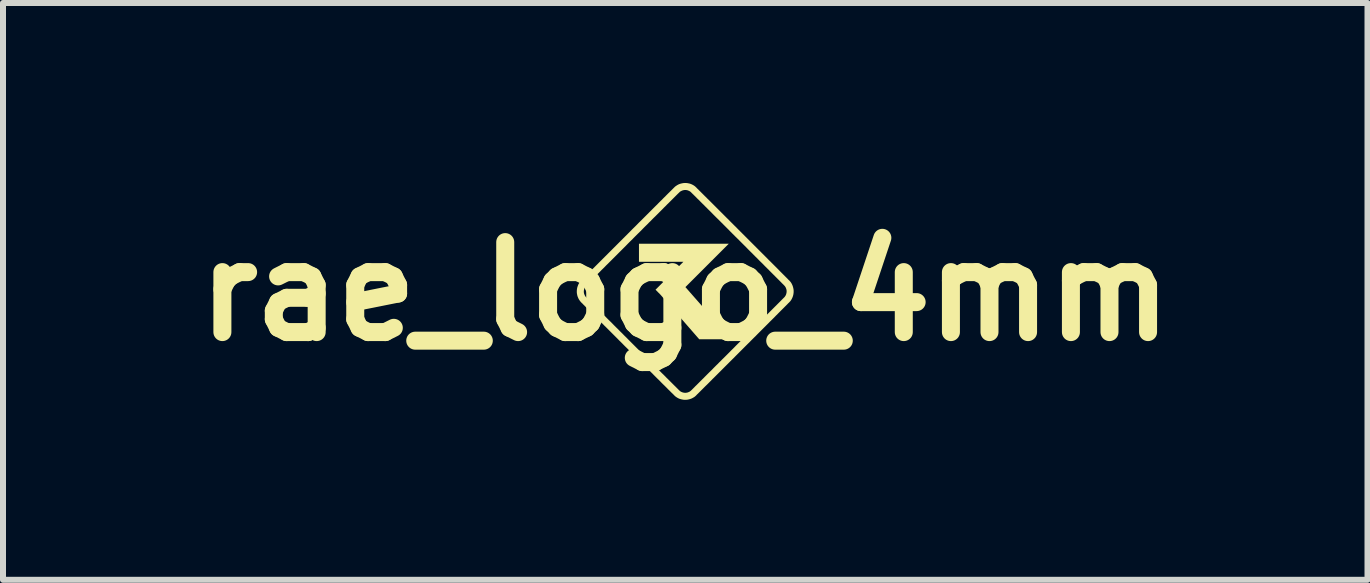
<source format=kicad_pcb>
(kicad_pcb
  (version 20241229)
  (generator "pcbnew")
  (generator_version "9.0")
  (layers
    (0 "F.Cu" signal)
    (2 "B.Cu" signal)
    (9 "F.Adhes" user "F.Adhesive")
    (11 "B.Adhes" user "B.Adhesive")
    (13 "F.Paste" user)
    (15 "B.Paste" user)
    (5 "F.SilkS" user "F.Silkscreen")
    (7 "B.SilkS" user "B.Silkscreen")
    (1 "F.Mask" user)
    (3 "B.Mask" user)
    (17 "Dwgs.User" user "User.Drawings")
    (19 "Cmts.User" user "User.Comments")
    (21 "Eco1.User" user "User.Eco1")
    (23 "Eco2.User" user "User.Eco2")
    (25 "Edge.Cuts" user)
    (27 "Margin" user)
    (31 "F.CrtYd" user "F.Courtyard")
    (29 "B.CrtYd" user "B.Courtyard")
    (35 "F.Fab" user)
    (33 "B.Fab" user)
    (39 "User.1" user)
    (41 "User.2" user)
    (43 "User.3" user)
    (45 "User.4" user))
  (footprint "rae_logo_4mm"
    (layer "F.Cu")
    (at 8.371 1.807)
    (property "Reference" "rae_logo_4mm" (at 0 0 0) (layer "F.SilkS") (effects (font (size 1.5 1.5) (thickness 0.3))))
    (attr board_only exclude_from_pos_files exclude_from_bom)
    (fp_poly (pts (xy 0.364 -0.433) (xy 0.003 -0.072) (xy 0.384 0.362) (xy 0.404 0.384) (xy 0.424 0.407) (xy 0.443 0.429) (xy 0.462 0.451) (xy 0.481 0.472) (xy 0.5 0.493) (xy 0.518 0.514) (xy 0.535 0.534) (xy 0.553 0.554) (xy 0.569 0.573) (xy 0.586 0.591) (xy 0.601 0.609) (xy 0.616 0.627) (xy 0.631 0.643) (xy 0.645 0.659) (xy 0.658 0.675) (xy 0.671 0.689) (xy 0.683 0.703) (xy 0.694 0.716) (xy 0.705 0.728) (xy 0.715 0.739) (xy 0.724 0.749) (xy 0.732 0.759) (xy 0.74 0.767) (xy 0.746 0.775) (xy 0.752 0.781) (xy 0.756 0.786) (xy 0.76 0.791) (xy 0.763 0.794) (xy 0.765 0.796) (xy 0.766 0.797) (xy 0.766 0.797) (xy 0.766 0.797) (xy 0.766 0.797) (xy 0.765 0.797) (xy 0.765 0.797) (xy 0.764 0.798) (xy 0.763 0.798) (xy 0.761 0.798) (xy 0.759 0.798) (xy 0.757 0.798) (xy 0.753 0.798) (xy 0.75 0.798) (xy 0.746 0.798) (xy 0.741 0.798) (xy 0.735 0.798) (xy 0.728 0.798) (xy 0.721 0.798) (xy 0.713 0.798) (xy 0.703 0.798) (xy 0.693 0.798) (xy 0.682 0.798) (xy 0.67 0.798) (xy 0.656 0.798) (xy 0.642 0.798) (xy 0.626 0.798) (xy 0.608 0.798) (xy 0.59 0.798) (xy 0.57 0.798) (xy 0.548 0.798) (xy 0.525 0.798) (xy 0.501 0.798) (xy 0.5 0.798) (xy 0.234 0.798) (xy -0.091 0.425) (xy -0.415 0.052) (xy -0.455 0.012) (xy -0.495 -0.028) (xy -0.263 -0.261) (xy -0.031 -0.493) (xy -0.401 -0.493) (xy -0.771 -0.493) (xy -0.771 -0.643) (xy -0.771 -0.794) (xy -0.023 -0.794) (xy 0.725 -0.794)) (stroke (width 0) (type solid)) (fill yes) (layer "F.SilkS"))
    (fp_poly (pts (xy 0.009 -1.807) (xy 0.015 -1.807) (xy 0.021 -1.806) (xy 0.026 -1.806) (xy 0.029 -1.806) (xy 0.05 -1.802) (xy 0.07 -1.798) (xy 0.09 -1.792) (xy 0.109 -1.784) (xy 0.127 -1.775) (xy 0.144 -1.765) (xy 0.161 -1.753) (xy 0.166 -1.749) (xy 0.167 -1.748) (xy 0.169 -1.746) (xy 0.172 -1.743) (xy 0.176 -1.739) (xy 0.182 -1.734) (xy 0.188 -1.728) (xy 0.195 -1.72) (xy 0.203 -1.712) (xy 0.213 -1.703) (xy 0.223 -1.693) (xy 0.233 -1.682) (xy 0.245 -1.671) (xy 0.258 -1.658) (xy 0.271 -1.645) (xy 0.285 -1.631) (xy 0.3 -1.616) (xy 0.316 -1.6) (xy 0.332 -1.584) (xy 0.35 -1.567) (xy 0.367 -1.549) (xy 0.386 -1.531) (xy 0.405 -1.512) (xy 0.424 -1.493) (xy 0.444 -1.473) (xy 0.465 -1.452) (xy 0.486 -1.431) (xy 0.508 -1.409) (xy 0.53 -1.387) (xy 0.552 -1.365) (xy 0.575 -1.342) (xy 0.598 -1.319) (xy 0.622 -1.295) (xy 0.646 -1.271) (xy 0.67 -1.247) (xy 0.695 -1.222) (xy 0.72 -1.198) (xy 0.745 -1.172) (xy 0.77 -1.147) (xy 0.795 -1.122) (xy 0.821 -1.096) (xy 0.847 -1.071) (xy 0.872 -1.045) (xy 0.898 -1.019) (xy 0.924 -0.993) (xy 0.95 -0.967) (xy 0.976 -0.941) (xy 1.002 -0.915) (xy 1.028 -0.889) (xy 1.054 -0.863) (xy 1.08 -0.837) (xy 1.106 -0.811) (xy 1.131 -0.786) (xy 1.156 -0.761) (xy 1.182 -0.735) (xy 1.207 -0.71) (xy 1.231 -0.686) (xy 1.256 -0.661) (xy 1.28 -0.637) (xy 1.304 -0.613) (xy 1.327 -0.59) (xy 1.35 -0.567) (xy 1.373 -0.544) (xy 1.395 -0.521) (xy 1.417 -0.5) (xy 1.439 -0.478) (xy 1.46 -0.457) (xy 1.48 -0.437) (xy 1.5 -0.417) (xy 1.519 -0.398) (xy 1.538 -0.379) (xy 1.556 -0.361) (xy 1.573 -0.343) (xy 1.59 -0.326) (xy 1.606 -0.31) (xy 1.621 -0.295) (xy 1.636 -0.28) (xy 1.65 -0.266) (xy 1.663 -0.253) (xy 1.675 -0.241) (xy 1.687 -0.229) (xy 1.697 -0.219) (xy 1.707 -0.209) (xy 1.715 -0.2) (xy 1.723 -0.192) (xy 1.73 -0.186) (xy 1.736 -0.18) (xy 1.741 -0.175) (xy 1.744 -0.171) (xy 1.747 -0.168) (xy 1.749 -0.166) (xy 1.749 -0.166) (xy 1.762 -0.149) (xy 1.773 -0.131) (xy 1.782 -0.113) (xy 1.79 -0.094) (xy 1.796 -0.075) (xy 1.801 -0.055) (xy 1.805 -0.035) (xy 1.807 -0.014) (xy 1.807 -0.008) (xy 1.807 0.013) (xy 1.805 0.033) (xy 1.802 0.053) (xy 1.797 0.073) (xy 1.791 0.092) (xy 1.783 0.111) (xy 1.774 0.129) (xy 1.763 0.147) (xy 1.751 0.164) (xy 1.749 0.166) (xy 1.748 0.167) (xy 1.746 0.169) (xy 1.743 0.172) (xy 1.739 0.176) (xy 1.734 0.182) (xy 1.728 0.188) (xy 1.72 0.195) (xy 1.712 0.203) (xy 1.703 0.213) (xy 1.693 0.223) (xy 1.683 0.233) (xy 1.671 0.245) (xy 1.658 0.258) (xy 1.645 0.271) (xy 1.631 0.285) (xy 1.616 0.3) (xy 1.6 0.316) (xy 1.584 0.332) (xy 1.567 0.349) (xy 1.549 0.367) (xy 1.531 0.386) (xy 1.512 0.404) (xy 1.493 0.424) (xy 1.473 0.444) (xy 1.452 0.465) (xy 1.431 0.486) (xy 1.409 0.507) (xy 1.387 0.53) (xy 1.365 0.552) (xy 1.342 0.575) (xy 1.319 0.598) (xy 1.295 0.622) (xy 1.271 0.646) (xy 1.247 0.67) (xy 1.222 0.695) (xy 1.198 0.719) (xy 1.173 0.745) (xy 1.147 0.77) (xy 1.122 0.795) (xy 1.096 0.821) (xy 1.071 0.847) (xy 1.045 0.872) (xy 1.019 0.898) (xy 0.993 0.924) (xy 0.967 0.95) (xy 0.941 0.976) (xy 0.915 1.002) (xy 0.889 1.028) (xy 0.863 1.054) (xy 0.837 1.08) (xy 0.812 1.106) (xy 0.786 1.131) (xy 0.761 1.156) (xy 0.735 1.182) (xy 0.71 1.207) (xy 0.686 1.231) (xy 0.661 1.256) (xy 0.637 1.28) (xy 0.613 1.304) (xy 0.59 1.327) (xy 0.567 1.35) (xy 0.544 1.373) (xy 0.522 1.395) (xy 0.5 1.417) (xy 0.478 1.439) (xy 0.457 1.459) (xy 0.437 1.48) (xy 0.417 1.5) (xy 0.398 1.519) (xy 0.379 1.538) (xy 0.361 1.556) (xy 0.343 1.573) (xy 0.326 1.59) (xy 0.31 1.606) (xy 0.295 1.621) (xy 0.28 1.636) (xy 0.266 1.65) (xy 0.253 1.663) (xy 0.241 1.675) (xy 0.229 1.687) (xy 0.219 1.697) (xy 0.209 1.707) (xy 0.2 1.715) (xy 0.192 1.723) (xy 0.186 1.73) (xy 0.18 1.736) (xy 0.175 1.741) (xy 0.171 1.744) (xy 0.168 1.747) (xy 0.166 1.749) (xy 0.166 1.749) (xy 0.149 1.762) (xy 0.131 1.772) (xy 0.113 1.782) (xy 0.094 1.79) (xy 0.075 1.796) (xy 0.055 1.801) (xy 0.034 1.805) (xy 0.021 1.806) (xy 0.017 1.807) (xy 0.012 1.807) (xy 0.006 1.807) (xy -0.000259 1.807) (xy -0.006 1.807) (xy -0.012 1.807) (xy -0.016 1.807) (xy -0.018 1.807) (xy -0.039 1.804) (xy -0.059 1.8) (xy -0.079 1.795) (xy -0.098 1.789) (xy -0.116 1.781) (xy -0.134 1.771) (xy -0.151 1.76) (xy -0.167 1.748) (xy -0.168 1.747) (xy -0.17 1.745) (xy -0.173 1.743) (xy -0.177 1.739) (xy -0.182 1.733) (xy -0.188 1.727) (xy -0.195 1.72) (xy -0.203 1.712) (xy -0.212 1.703) (xy -0.222 1.694) (xy -0.233 1.683) (xy -0.245 1.671) (xy -0.257 1.659) (xy -0.27 1.646) (xy -0.285 1.632) (xy -0.299 1.617) (xy -0.315 1.601) (xy -0.331 1.585) (xy -0.348 1.568) (xy -0.366 1.551) (xy -0.384 1.533) (xy -0.403 1.514) (xy -0.422 1.494) (xy -0.442 1.474) (xy -0.463 1.454) (xy -0.484 1.433) (xy -0.505 1.412) (xy -0.527 1.39) (xy -0.549 1.367) (xy -0.572 1.345) (xy -0.595 1.321) (xy -0.619 1.298) (xy -0.643 1.274) (xy -0.667 1.25) (xy -0.691 1.226) (xy -0.716 1.201) (xy -0.741 1.176) (xy -0.766 1.151) (xy -0.791 1.126) (xy -0.817 1.1) (xy -0.843 1.075) (xy -0.868 1.049) (xy -0.894 1.023) (xy -0.92 0.997) (xy -0.946 0.971) (xy -0.972 0.945) (xy -0.998 0.92) (xy -1.024 0.894) (xy -1.049 0.868) (xy -1.075 0.842) (xy -1.101 0.817) (xy -1.126 0.791) (xy -1.151 0.766) (xy -1.176 0.741) (xy -1.201 0.716) (xy -1.226 0.691) (xy -1.25 0.667) (xy -1.274 0.643) (xy -1.298 0.619) (xy -1.321 0.596) (xy -1.345 0.573) (xy -1.367 0.55) (xy -1.389 0.528) (xy -1.411 0.506) (xy -1.433 0.485) (xy -1.453 0.464) (xy -1.474 0.443) (xy -1.493 0.424) (xy -1.513 0.404) (xy -1.531 0.386) (xy -1.549 0.368) (xy -1.567 0.35) (xy -1.583 0.334) (xy -1.599 0.318) (xy -1.615 0.302) (xy -1.629 0.288) (xy -1.643 0.274) (xy -1.656 0.261) (xy -1.668 0.249) (xy -1.68 0.237) (xy -1.69 0.227) (xy -1.7 0.217) (xy -1.708 0.208) (xy -1.716 0.2) (xy -1.723 0.194) (xy -1.729 0.188) (xy -1.734 0.183) (xy -1.737 0.179) (xy -1.74 0.176) (xy -1.742 0.175) (xy -1.742 0.174) (xy -1.755 0.158) (xy -1.766 0.142) (xy -1.777 0.124) (xy -1.785 0.106) (xy -1.793 0.087) (xy -1.799 0.067) (xy -1.803 0.046) (xy -1.806 0.029) (xy -1.806 0.024) (xy -1.807 0.018) (xy -1.807 0.011) (xy -1.807 0.007) (xy -1.69 0.007) (xy -1.689 0.022) (xy -1.686 0.036) (xy -1.681 0.05) (xy -1.675 0.064) (xy -1.668 0.077) (xy -1.659 0.09) (xy -1.659 0.09) (xy -1.658 0.091) (xy -1.656 0.093) (xy -1.653 0.097) (xy -1.649 0.101) (xy -1.643 0.106) (xy -1.637 0.113) (xy -1.629 0.12) (xy -1.62 0.129) (xy -1.611 0.139) (xy -1.6 0.15) (xy -1.588 0.162) (xy -1.575 0.175) (xy -1.56 0.189) (xy -1.545 0.205) (xy -1.529 0.221) (xy -1.511 0.239) (xy -1.493 0.257) (xy -1.473 0.277) (xy -1.452 0.298) (xy -1.431 0.32) (xy -1.408 0.342) (xy -1.384 0.366) (xy -1.359 0.391) (xy -1.333 0.417) (xy -1.306 0.445) (xy -1.278 0.473) (xy -1.248 0.502) (xy -1.218 0.532) (xy -1.187 0.564) (xy -1.155 0.596) (xy -1.121 0.629) (xy -1.087 0.664) (xy -1.051 0.699) (xy -1.015 0.736) (xy -0.977 0.773) (xy -0.939 0.812) (xy -0.899 0.852) (xy -0.875 0.876) (xy -0.838 0.913) (xy -0.802 0.949) (xy -0.767 0.984) (xy -0.733 1.018) (xy -0.7 1.05) (xy -0.668 1.082) (xy -0.638 1.113) (xy -0.608 1.143) (xy -0.579 1.171) (xy -0.552 1.199) (xy -0.525 1.226) (xy -0.499 1.251) (xy -0.474 1.276) (xy -0.451 1.3) (xy -0.428 1.323) (xy -0.406 1.345) (xy -0.385 1.366) (xy -0.364 1.386) (xy -0.345 1.405) (xy -0.326 1.424) (xy -0.309 1.442) (xy -0.292 1.458) (xy -0.276 1.474) (xy -0.26 1.49) (xy -0.246 1.504) (xy -0.232 1.518) (xy -0.219 1.531) (xy -0.207 1.543) (xy -0.195 1.555) (xy -0.184 1.566) (xy -0.174 1.576) (xy -0.164 1.585) (xy -0.156 1.594) (xy -0.147 1.602) (xy -0.14 1.61) (xy -0.133 1.617) (xy -0.126 1.623) (xy -0.12 1.629) (xy -0.115 1.635) (xy -0.11 1.639) (xy -0.106 1.644) (xy -0.102 1.647) (xy -0.099 1.65) (xy -0.096 1.653) (xy -0.094 1.655) (xy -0.092 1.657) (xy -0.09 1.658) (xy -0.089 1.659) (xy -0.089 1.66) (xy -0.089 1.66) (xy -0.082 1.665) (xy -0.075 1.669) (xy -0.069 1.673) (xy -0.062 1.676) (xy -0.062 1.676) (xy -0.048 1.682) (xy -0.033 1.686) (xy -0.019 1.689) (xy -0.004 1.69) (xy 0.011 1.69) (xy 0.013 1.69) (xy 0.028 1.687) (xy 0.043 1.684) (xy 0.057 1.678) (xy 0.071 1.672) (xy 0.084 1.663) (xy 0.09 1.659) (xy 0.091 1.658) (xy 0.093 1.656) (xy 0.096 1.653) (xy 0.1 1.649) (xy 0.106 1.644) (xy 0.112 1.638) (xy 0.119 1.631) (xy 0.127 1.623) (xy 0.136 1.614) (xy 0.146 1.604) (xy 0.157 1.593) (xy 0.168 1.581) (xy 0.181 1.569) (xy 0.194 1.556) (xy 0.208 1.542) (xy 0.223 1.527) (xy 0.239 1.511) (xy 0.255 1.495) (xy 0.272 1.478) (xy 0.289 1.461) (xy 0.308 1.443) (xy 0.326 1.424) (xy 0.346 1.404) (xy 0.366 1.384) (xy 0.386 1.364) (xy 0.407 1.343) (xy 0.429 1.322) (xy 0.451 1.3) (xy 0.473 1.277) (xy 0.496 1.254) (xy 0.519 1.231) (xy 0.543 1.208) (xy 0.566 1.184) (xy 0.591 1.16) (xy 0.615 1.135) (xy 0.64 1.111) (xy 0.665 1.086) (xy 0.69 1.061) (xy 0.715 1.036) (xy 0.741 1.01) (xy 0.766 0.984) (xy 0.792 0.959) (xy 0.818 0.933) (xy 0.843 0.907) (xy 0.869 0.881) (xy 0.895 0.855) (xy 0.921 0.83) (xy 0.947 0.804) (xy 0.973 0.778) (xy 0.998 0.752) (xy 1.024 0.727) (xy 1.049 0.702) (xy 1.074 0.676) (xy 1.099 0.651) (xy 1.124 0.627) (xy 1.149 0.602) (xy 1.173 0.578) (xy 1.197 0.554) (xy 1.22 0.53) (xy 1.244 0.507) (xy 1.267 0.484) (xy 1.289 0.461) (xy 1.311 0.439) (xy 1.333 0.417) (xy 1.354 0.396) (xy 1.375 0.375) (xy 1.395 0.355) (xy 1.415 0.335) (xy 1.434 0.316) (xy 1.452 0.298) (xy 1.47 0.28) (xy 1.487 0.263) (xy 1.504 0.246) (xy 1.52 0.23) (xy 1.535 0.215) (xy 1.549 0.201) (xy 1.563 0.187) (xy 1.576 0.174) (xy 1.588 0.162) (xy 1.599 0.151) (xy 1.609 0.14) (xy 1.619 0.131) (xy 1.627 0.122) (xy 1.635 0.115) (xy 1.641 0.108) (xy 1.647 0.103) (xy 1.651 0.098) (xy 1.655 0.095) (xy 1.657 0.092) (xy 1.658 0.091) (xy 1.659 0.09) (xy 1.667 0.078) (xy 1.675 0.065) (xy 1.681 0.051) (xy 1.685 0.037) (xy 1.688 0.023) (xy 1.69 0.009) (xy 1.69 -0.005) (xy 1.69 -0.011) (xy 1.688 -0.025) (xy 1.685 -0.039) (xy 1.68 -0.052) (xy 1.675 -0.065) (xy 1.667 -0.078) (xy 1.66 -0.089) (xy 1.659 -0.089) (xy 1.658 -0.09) (xy 1.657 -0.092) (xy 1.655 -0.094) (xy 1.653 -0.096) (xy 1.65 -0.099) (xy 1.647 -0.102) (xy 1.644 -0.106) (xy 1.639 -0.11) (xy 1.635 -0.115) (xy 1.63 -0.12) (xy 1.624 -0.126) (xy 1.617 -0.132) (xy 1.61 -0.139) (xy 1.603 -0.147) (xy 1.595 -0.155) (xy 1.586 -0.164) (xy 1.576 -0.174) (xy 1.566 -0.184) (xy 1.555 -0.195) (xy 1.544 -0.206) (xy 1.531 -0.219) (xy 1.518 -0.232) (xy 1.505 -0.245) (xy 1.49 -0.26) (xy 1.475 -0.275) (xy 1.459 -0.291) (xy 1.442 -0.308) (xy 1.424 -0.326) (xy 1.406 -0.344) (xy 1.387 -0.364) (xy 1.366 -0.384) (xy 1.345 -0.405) (xy 1.323 -0.427) (xy 1.301 -0.45) (xy 1.277 -0.474) (xy 1.252 -0.498) (xy 1.226 -0.524) (xy 1.2 -0.551) (xy 1.172 -0.578) (xy 1.143 -0.607) (xy 1.114 -0.637) (xy 1.083 -0.667) (xy 1.051 -0.699) (xy 1.019 -0.732) (xy 0.985 -0.766) (xy 0.95 -0.801) (xy 0.914 -0.837) (xy 0.877 -0.874) (xy 0.876 -0.875) (xy 0.835 -0.915) (xy 0.796 -0.954) (xy 0.758 -0.992) (xy 0.721 -1.03) (xy 0.685 -1.066) (xy 0.65 -1.101) (xy 0.616 -1.135) (xy 0.583 -1.168) (xy 0.551 -1.2) (xy 0.52 -1.23) (xy 0.49 -1.26) (xy 0.461 -1.289) (xy 0.434 -1.317) (xy 0.407 -1.344) (xy 0.381 -1.369) (xy 0.357 -1.394) (xy 0.333 -1.417) (xy 0.311 -1.44) (xy 0.289 -1.461) (xy 0.269 -1.481) (xy 0.25 -1.5) (xy 0.232 -1.519) (xy 0.214 -1.536) (xy 0.198 -1.551) (xy 0.184 -1.566) (xy 0.17 -1.58) (xy 0.157 -1.593) (xy 0.145 -1.604) (xy 0.135 -1.615) (xy 0.125 -1.624) (xy 0.117 -1.632) (xy 0.11 -1.639) (xy 0.104 -1.645) (xy 0.099 -1.65) (xy 0.095 -1.654) (xy 0.092 -1.657) (xy 0.091 -1.658) (xy 0.09 -1.659) (xy 0.077 -1.668) (xy 0.064 -1.675) (xy 0.05 -1.681) (xy 0.036 -1.686) (xy 0.021 -1.689) (xy 0.006 -1.69) (xy -0.009 -1.69) (xy -0.024 -1.688) (xy -0.024 -1.688) (xy -0.039 -1.685) (xy -0.052 -1.68) (xy -0.065 -1.674) (xy -0.079 -1.667) (xy -0.087 -1.661) (xy -0.088 -1.66) (xy -0.089 -1.66) (xy -0.09 -1.659) (xy -0.091 -1.658) (xy -0.092 -1.656) (xy -0.094 -1.655) (xy -0.096 -1.653) (xy -0.099 -1.65) (xy -0.102 -1.647) (xy -0.105 -1.644) (xy -0.108 -1.641) (xy -0.112 -1.637) (xy -0.117 -1.633) (xy -0.122 -1.628) (xy -0.127 -1.623) (xy -0.133 -1.617) (xy -0.139 -1.611) (xy -0.146 -1.604) (xy -0.153 -1.597) (xy -0.161 -1.589) (xy -0.169 -1.581) (xy -0.178 -1.572) (xy -0.187 -1.563) (xy -0.197 -1.553) (xy -0.208 -1.542) (xy -0.219 -1.531) (xy -0.231 -1.519) (xy -0.244 -1.506) (xy -0.257 -1.493) (xy -0.271 -1.479) (xy -0.286 -1.464) (xy -0.302 -1.449) (xy -0.318 -1.432) (xy -0.335 -1.415) (xy -0.353 -1.398) (xy -0.371 -1.379) (xy -0.391 -1.359) (xy -0.411 -1.339) (xy -0.432 -1.318) (xy -0.454 -1.296) (xy -0.477 -1.273) (xy -0.501 -1.249) (xy -0.526 -1.225) (xy -0.552 -1.199) (xy -0.578 -1.172) (xy -0.606 -1.145) (xy -0.634 -1.116) (xy -0.664 -1.087) (xy -0.695 -1.056) (xy -0.726 -1.024) (xy -0.759 -0.991) (xy -0.793 -0.958) (xy -0.828 -0.923) (xy -0.864 -0.887) (xy -0.874 -0.876) (xy -0.915 -0.836) (xy -0.954 -0.797) (xy -0.992 -0.758) (xy -1.029 -0.721) (xy -1.065 -0.685) (xy -1.1 -0.65) (xy -1.134 -0.616) (xy -1.167 -0.583) (xy -1.199 -0.551) (xy -1.23 -0.52) (xy -1.26 -0.49) (xy -1.289 -0.461) (xy -1.317 -0.434) (xy -1.343 -0.407) (xy -1.369 -0.381) (xy -1.394 -0.357) (xy -1.417 -0.333) (xy -1.439 -0.311) (xy -1.461 -0.289) (xy -1.481 -0.269) (xy -1.5 -0.25) (xy -1.518 -0.232) (xy -1.535 -0.215) (xy -1.551 -0.199) (xy -1.566 -0.184) (xy -1.58 -0.17) (xy -1.593 -0.157) (xy -1.604 -0.145) (xy -1.615 -0.135) (xy -1.624 -0.126) (xy -1.632 -0.117) (xy -1.639 -0.11) (xy -1.645 -0.104) (xy -1.65 -0.099) (xy -1.654 -0.095) (xy -1.657 -0.092) (xy -1.658 -0.091) (xy -1.659 -0.09) (xy -1.668 -0.077) (xy -1.675 -0.064) (xy -1.681 -0.05) (xy -1.685 -0.036) (xy -1.688 -0.022) (xy -1.69 -0.007) (xy -1.69 0.007) (xy -1.807 0.007) (xy -1.807 0.004) (xy -1.807 -0.004) (xy -1.807 -0.012) (xy -1.806 -0.019) (xy -1.806 -0.026) (xy -1.805 -0.031) (xy -1.805 -0.032) (xy -1.802 -0.053) (xy -1.797 -0.073) (xy -1.79 -0.093) (xy -1.783 -0.112) (xy -1.773 -0.13) (xy -1.763 -0.147) (xy -1.751 -0.164) (xy -1.743 -0.174) (xy -1.742 -0.175) (xy -1.74 -0.177) (xy -1.737 -0.18) (xy -1.733 -0.184) (xy -1.727 -0.189) (xy -1.721 -0.195) (xy -1.714 -0.202) (xy -1.706 -0.211) (xy -1.697 -0.22) (xy -1.687 -0.23) (xy -1.676 -0.241) (xy -1.664 -0.253) (xy -1.651 -0.266) (xy -1.637 -0.28) (xy -1.623 -0.294) (xy -1.607 -0.309) (xy -1.591 -0.326) (xy -1.574 -0.343) (xy -1.557 -0.36) (xy -1.538 -0.379) (xy -1.519 -0.398) (xy -1.499 -0.418) (xy -1.479 -0.438) (xy -1.458 -0.459) (xy -1.436 -0.481) (xy -1.413 -0.504) (xy -1.39 -0.527) (xy -1.367 -0.55) (xy -1.343 -0.574) (xy -1.318 -0.599) (xy -1.293 -0.624) (xy -1.267 -0.65) (xy -1.241 -0.676) (xy -1.214 -0.703) (xy -1.187 -0.73) (xy -1.16 -0.757) (xy -1.132 -0.785) (xy -1.104 -0.813) (xy -1.075 -0.842) (xy -1.046 -0.871) (xy -1.017 -0.9) (xy -0.988 -0.929) (xy -0.958 -0.959) (xy -0.955 -0.962) (xy -0.917 -1) (xy -0.88 -1.038) (xy -0.843 -1.074) (xy -0.808 -1.109) (xy -0.775 -1.143) (xy -0.742 -1.175) (xy -0.71 -1.207) (xy -0.679 -1.238) (xy -0.649 -1.268) (xy -0.621 -1.296) (xy -0.593 -1.324) (xy -0.566 -1.351) (xy -0.541 -1.376) (xy -0.516 -1.401) (xy -0.492 -1.425) (xy -0.469 -1.447) (xy -0.448 -1.469) (xy -0.427 -1.49) (xy -0.407 -1.51) (xy -0.387 -1.529) (xy -0.369 -1.548) (xy -0.352 -1.565) (xy -0.335 -1.581) (xy -0.32 -1.597) (xy -0.305 -1.612) (xy -0.291 -1.626) (xy -0.278 -1.639) (xy -0.265 -1.651) (xy -0.254 -1.663) (xy -0.243 -1.673) (xy -0.233 -1.683) (xy -0.223 -1.693) (xy -0.215 -1.701) (xy -0.207 -1.709) (xy -0.2 -1.716) (xy -0.194 -1.722) (xy -0.188 -1.728) (xy -0.183 -1.733) (xy -0.179 -1.737) (xy -0.175 -1.741) (xy -0.172 -1.744) (xy -0.169 -1.746) (xy -0.168 -1.748) (xy -0.166 -1.749) (xy -0.166 -1.749) (xy -0.149 -1.761) (xy -0.132 -1.772) (xy -0.114 -1.782) (xy -0.095 -1.79) (xy -0.076 -1.796) (xy -0.055 -1.801) (xy -0.034 -1.805) (xy -0.029 -1.806) (xy -0.025 -1.806) (xy -0.019 -1.806) (xy -0.013 -1.807) (xy -0.006 -1.807) (xy 0.001 -1.807)) (stroke (width 0) (type solid)) (fill yes) (layer "F.SilkS")))
  (gr_rect
    (start -3 -3)
    (end 19.743 6.614)
    (stroke (width 0.1) (type default))
    (fill no)
    (layer "Edge.Cuts")))
</source>
